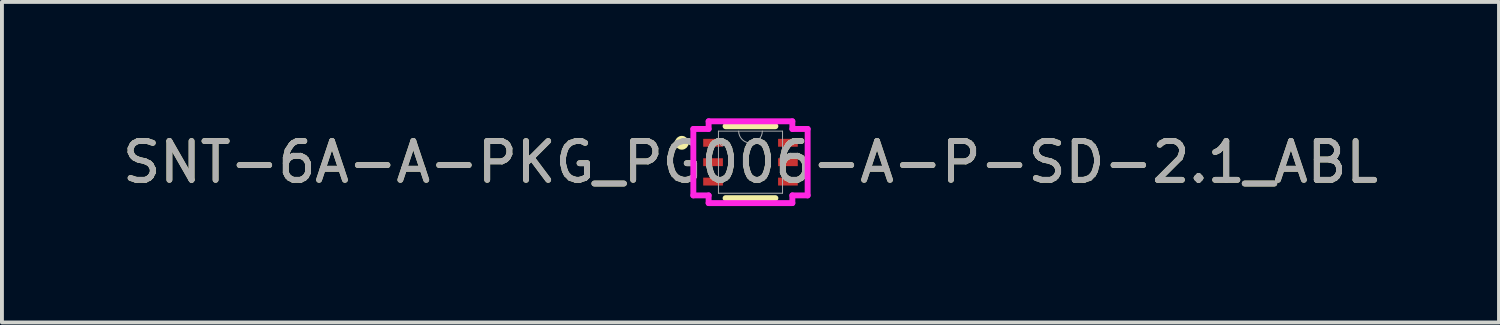
<source format=kicad_pcb>
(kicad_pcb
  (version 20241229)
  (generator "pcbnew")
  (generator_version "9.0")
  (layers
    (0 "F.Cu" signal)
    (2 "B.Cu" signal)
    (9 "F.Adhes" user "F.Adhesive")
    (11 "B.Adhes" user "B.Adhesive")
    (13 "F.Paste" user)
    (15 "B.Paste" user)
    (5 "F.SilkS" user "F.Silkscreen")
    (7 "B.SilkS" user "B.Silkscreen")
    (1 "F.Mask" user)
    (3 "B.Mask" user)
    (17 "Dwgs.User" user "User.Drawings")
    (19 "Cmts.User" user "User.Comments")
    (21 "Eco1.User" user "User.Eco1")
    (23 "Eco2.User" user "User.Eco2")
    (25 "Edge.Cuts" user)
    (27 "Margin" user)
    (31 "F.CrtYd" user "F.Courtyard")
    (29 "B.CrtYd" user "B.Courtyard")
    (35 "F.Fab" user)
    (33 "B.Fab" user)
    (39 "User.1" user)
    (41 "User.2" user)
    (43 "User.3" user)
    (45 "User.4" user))
  (footprint "SNT-6A-A-PKG_PG006-A-P-SD-2.1_ABL"
    (layer "F.Cu")
    (at 16.292 1.13)
    (property "Reference" "SNT-6A-A-PKG_PG006-A-P-SD-2.1_ABL" (at 0 0 0) (unlocked yes) (layer "F.SilkS") (effects (font (size 1 1) (thickness 0.15))))
    (attr smd)
    (fp_line (start -0.642 0.927) (end 0.642 0.927) (stroke (width 0.152) (type solid)) (layer "F.SilkS"))
    (fp_line (start 0.642 -0.927) (end -0.642 -0.927) (stroke (width 0.152) (type solid)) (layer "F.SilkS"))
    (fp_circle (center -1.77 -0.5) (end -1.668 -0.5) (stroke (width 0.152) (type solid)) (fill no) (layer "F.SilkS"))
    (fp_line (start -1.473 -0.856) (end -1.079 -0.856) (stroke (width 0.152) (type solid)) (layer "F.CrtYd"))
    (fp_line (start -1.473 0.856) (end -1.473 -0.856) (stroke (width 0.152) (type solid)) (layer "F.CrtYd"))
    (fp_line (start -1.473 0.856) (end -1.079 0.856) (stroke (width 0.152) (type solid)) (layer "F.CrtYd"))
    (fp_line (start -1.079 -1.054) (end 1.079 -1.054) (stroke (width 0.152) (type solid)) (layer "F.CrtYd"))
    (fp_line (start -1.079 -0.856) (end -1.079 -1.054) (stroke (width 0.152) (type solid)) (layer "F.CrtYd"))
    (fp_line (start -1.079 1.054) (end -1.079 0.856) (stroke (width 0.152) (type solid)) (layer "F.CrtYd"))
    (fp_line (start 1.079 -1.054) (end 1.079 -0.856) (stroke (width 0.152) (type solid)) (layer "F.CrtYd"))
    (fp_line (start 1.079 0.856) (end 1.079 1.054) (stroke (width 0.152) (type solid)) (layer "F.CrtYd"))
    (fp_line (start 1.079 1.054) (end -1.079 1.054) (stroke (width 0.152) (type solid)) (layer "F.CrtYd"))
    (fp_line (start 1.473 -0.856) (end 1.079 -0.856) (stroke (width 0.152) (type solid)) (layer "F.CrtYd"))
    (fp_line (start 1.473 -0.856) (end 1.473 0.856) (stroke (width 0.152) (type solid)) (layer "F.CrtYd"))
    (fp_line (start 1.473 0.856) (end 1.079 0.856) (stroke (width 0.152) (type solid)) (layer "F.CrtYd"))
    (fp_line (start -0.826 -0.8) (end -0.826 0.8) (stroke (width 0.025) (type solid)) (layer "F.Fab"))
    (fp_line (start -0.826 0.8) (end 0.826 0.8) (stroke (width 0.025) (type solid)) (layer "F.Fab"))
    (fp_line (start 0.826 -0.8) (end -0.826 -0.8) (stroke (width 0.025) (type solid)) (layer "F.Fab"))
    (fp_line (start 0.826 0.8) (end 0.826 -0.8) (stroke (width 0.025) (type solid)) (layer "F.Fab"))
    (fp_arc (start 0.3048 -0.8001) (mid 0 -0.4953) (end -0.3048 -0.8001) (stroke (width 0.0254) (type solid)) (layer "F.Fab"))
    (fp_circle (center -0.711 -0.5) (end -0.635 -0.5) (stroke (width 0.025) (type solid)) (fill no) (layer "F.Fab"))
    (fp_text user "${REFERENCE}" (at 0 0 0) (unlocked yes) (layer "F.Fab") (effects (font (size 1 1) (thickness 0.15))))
    (pad "1" smd rect (at -0.965 -0.5) (size 0.508 0.203) (layers "F.Cu" "F.Mask" "F.Paste"))
    (pad "2" smd rect (at -0.965 0) (size 0.508 0.203) (layers "F.Cu" "F.Mask" "F.Paste"))
    (pad "3" smd rect (at -0.965 0.5) (size 0.508 0.203) (layers "F.Cu" "F.Mask" "F.Paste"))
    (pad "4" smd rect (at 0.965 0.5) (size 0.508 0.203) (layers "F.Cu" "F.Mask" "F.Paste"))
    (pad "5" smd rect (at 0.965 0) (size 0.508 0.203) (layers "F.Cu" "F.Mask" "F.Paste"))
    (pad "6" smd rect (at 0.965 -0.5) (size 0.508 0.203) (layers "F.Cu" "F.Mask" "F.Paste")))
  (gr_rect
    (start -3 -3)
    (end 35.583 5.261)
    (stroke (width 0.1) (type default))
    (fill no)
    (layer "Edge.Cuts")))
</source>
